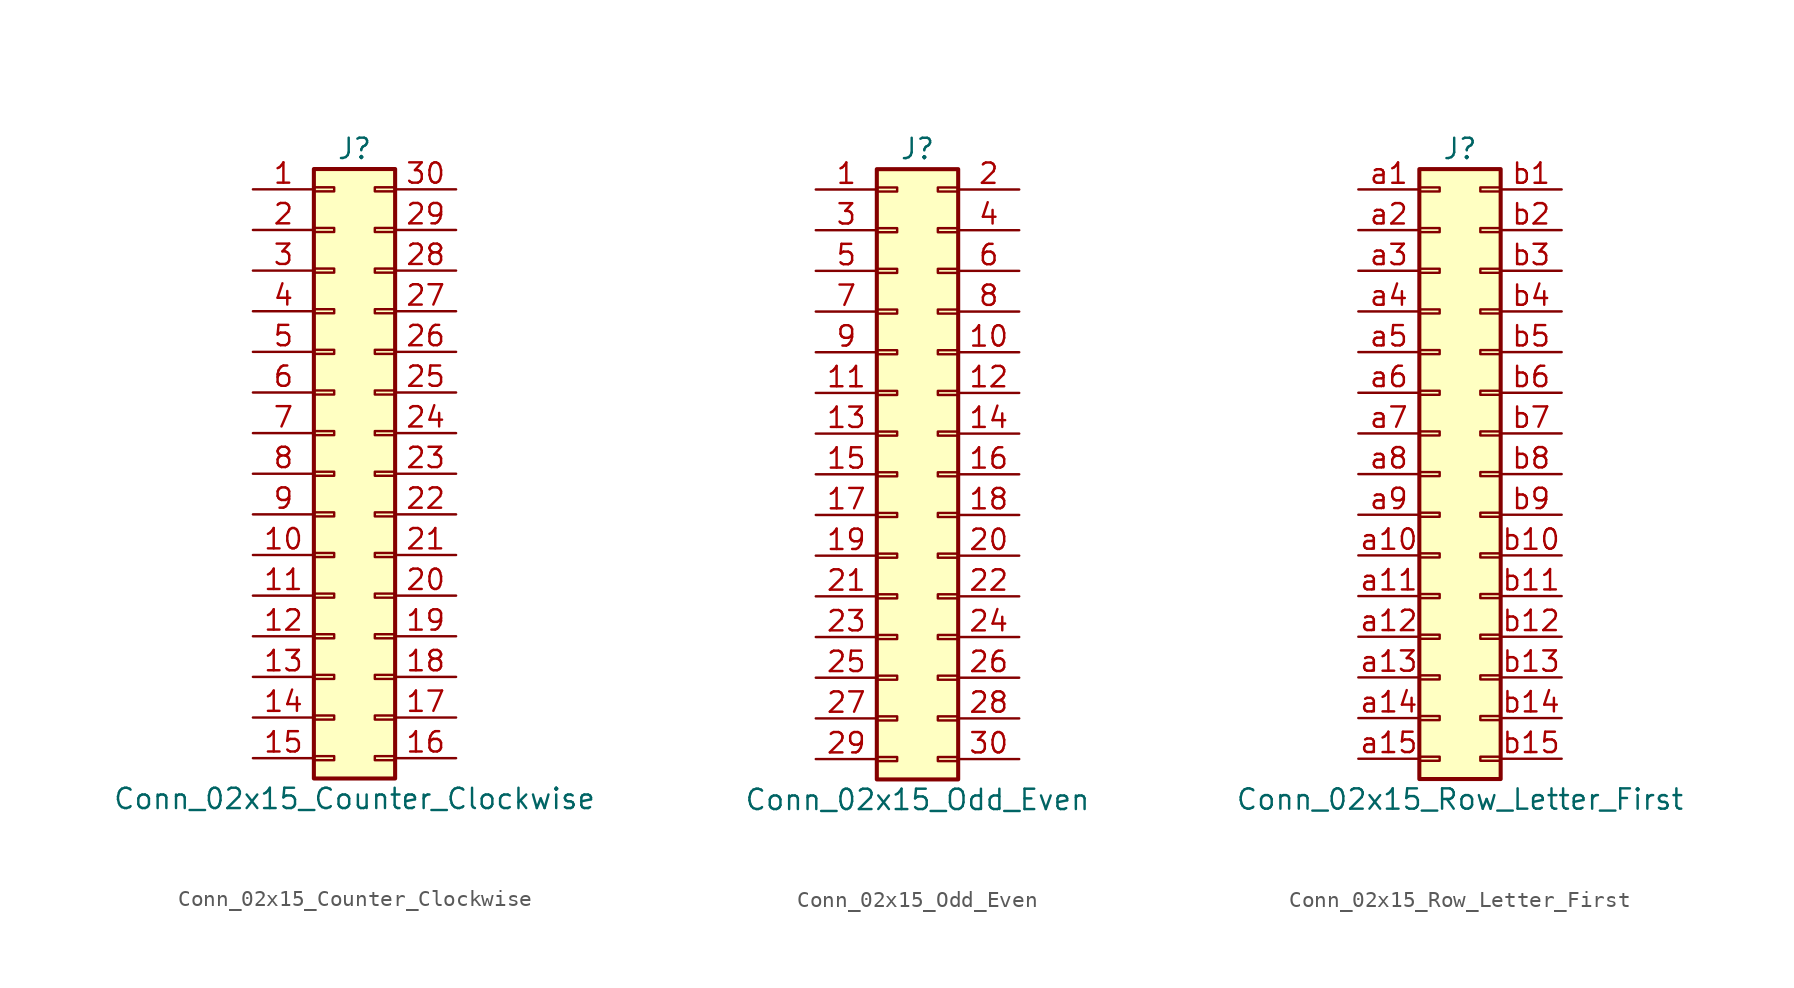
<source format=kicad_sym>
(kicad_symbol_lib
  (version 20201005)
  (generator kicad_symbol_editor)
  (symbol "Connector_Generic:Conn_02x15_Counter_Clockwise"
    (pin_names
      (offset 1.016) hide)
    (property "Reference" "J"
      (at 1.27 20.32 0)
      (effects (font (size 1.27 1.27))))
    (property "Value" "Conn_02x15_Counter_Clockwise"
      (at 1.27 -20.32 0)
      (effects (font (size 1.27 1.27))))
    (symbol "Conn_02x15_Counter_Clockwise_1_1"
      (rectangle (start -1.27 -4.953) (end 0 -5.207) (stroke (width 0.152)) (fill (type none)))
      (rectangle (start -1.27 -7.493) (end 0 -7.747) (stroke (width 0.152)) (fill (type none)))
      (rectangle (start -1.27 -10.033) (end 0 -10.287) (stroke (width 0.152)) (fill (type none)))
      (rectangle (start -1.27 -12.573) (end 0 -12.827) (stroke (width 0.152)) (fill (type none)))
      (rectangle (start -1.27 -15.113) (end 0 -15.367) (stroke (width 0.152)) (fill (type none)))
      (rectangle (start -1.27 -17.653) (end 0 -17.907) (stroke (width 0.152)) (fill (type none)))
      (rectangle (start -1.27 -2.413) (end 0 -2.667) (stroke (width 0.152)) (fill (type none)))
      (rectangle (start -1.27 2.667) (end 0 2.413) (stroke (width 0.152)) (fill (type none)))
      (rectangle (start -1.27 5.207) (end 0 4.953) (stroke (width 0.152)) (fill (type none)))
      (rectangle (start -1.27 7.747) (end 0 7.493) (stroke (width 0.152)) (fill (type none)))
      (rectangle (start -1.27 10.287) (end 0 10.033) (stroke (width 0.152)) (fill (type none)))
      (rectangle (start -1.27 0.127) (end 0 -0.127) (stroke (width 0.152)) (fill (type none)))
      (rectangle (start -1.27 12.827) (end 0 12.573) (stroke (width 0.152)) (fill (type none)))
      (rectangle (start -1.27 15.367) (end 0 15.113) (stroke (width 0.152)) (fill (type none)))
      (rectangle (start -1.27 17.907) (end 0 17.653) (stroke (width 0.152)) (fill (type none)))
      (rectangle (start -1.27 19.05) (end 3.81 -19.05) (stroke (width 0.254)) (fill (type background)))
      (rectangle (start 3.81 -4.953) (end 2.54 -5.207) (stroke (width 0.152)) (fill (type none)))
      (rectangle (start 3.81 -7.493) (end 2.54 -7.747) (stroke (width 0.152)) (fill (type none)))
      (rectangle (start 3.81 -10.033) (end 2.54 -10.287) (stroke (width 0.152)) (fill (type none)))
      (rectangle (start 3.81 -12.573) (end 2.54 -12.827) (stroke (width 0.152)) (fill (type none)))
      (rectangle (start 3.81 -15.113) (end 2.54 -15.367) (stroke (width 0.152)) (fill (type none)))
      (rectangle (start 3.81 -17.653) (end 2.54 -17.907) (stroke (width 0.152)) (fill (type none)))
      (rectangle (start 3.81 -2.413) (end 2.54 -2.667) (stroke (width 0.152)) (fill (type none)))
      (rectangle (start 3.81 2.667) (end 2.54 2.413) (stroke (width 0.152)) (fill (type none)))
      (rectangle (start 3.81 5.207) (end 2.54 4.953) (stroke (width 0.152)) (fill (type none)))
      (rectangle (start 3.81 7.747) (end 2.54 7.493) (stroke (width 0.152)) (fill (type none)))
      (rectangle (start 3.81 10.287) (end 2.54 10.033) (stroke (width 0.152)) (fill (type none)))
      (rectangle (start 3.81 0.127) (end 2.54 -0.127) (stroke (width 0.152)) (fill (type none)))
      (rectangle (start 3.81 12.827) (end 2.54 12.573) (stroke (width 0.152)) (fill (type none)))
      (rectangle (start 3.81 15.367) (end 2.54 15.113) (stroke (width 0.152)) (fill (type none)))
      (rectangle (start 3.81 17.907) (end 2.54 17.653) (stroke (width 0.152)) (fill (type none)))
      (pin passive line (at -5.08 17.78 0) (length 3.81) (name "Pin_1" (effects (font (size 1.27 1.27)))) (number "1" (effects (font (size 1.27 1.27)))))
      (pin passive line (at -5.08 -5.08 0) (length 3.81) (name "Pin_10" (effects (font (size 1.27 1.27)))) (number "10" (effects (font (size 1.27 1.27)))))
      (pin passive line (at -5.08 -7.62 0) (length 3.81) (name "Pin_11" (effects (font (size 1.27 1.27)))) (number "11" (effects (font (size 1.27 1.27)))))
      (pin passive line (at -5.08 -10.16 0) (length 3.81) (name "Pin_12" (effects (font (size 1.27 1.27)))) (number "12" (effects (font (size 1.27 1.27)))))
      (pin passive line (at -5.08 -12.7 0) (length 3.81) (name "Pin_13" (effects (font (size 1.27 1.27)))) (number "13" (effects (font (size 1.27 1.27)))))
      (pin passive line (at -5.08 -15.24 0) (length 3.81) (name "Pin_14" (effects (font (size 1.27 1.27)))) (number "14" (effects (font (size 1.27 1.27)))))
      (pin passive line (at -5.08 -17.78 0) (length 3.81) (name "Pin_15" (effects (font (size 1.27 1.27)))) (number "15" (effects (font (size 1.27 1.27)))))
      (pin passive line (at 7.62 -17.78 180) (length 3.81) (name "Pin_16" (effects (font (size 1.27 1.27)))) (number "16" (effects (font (size 1.27 1.27)))))
      (pin passive line (at 7.62 -15.24 180) (length 3.81) (name "Pin_17" (effects (font (size 1.27 1.27)))) (number "17" (effects (font (size 1.27 1.27)))))
      (pin passive line (at 7.62 -12.7 180) (length 3.81) (name "Pin_18" (effects (font (size 1.27 1.27)))) (number "18" (effects (font (size 1.27 1.27)))))
      (pin passive line (at 7.62 -10.16 180) (length 3.81) (name "Pin_19" (effects (font (size 1.27 1.27)))) (number "19" (effects (font (size 1.27 1.27)))))
      (pin passive line (at -5.08 15.24 0) (length 3.81) (name "Pin_2" (effects (font (size 1.27 1.27)))) (number "2" (effects (font (size 1.27 1.27)))))
      (pin passive line (at 7.62 -7.62 180) (length 3.81) (name "Pin_20" (effects (font (size 1.27 1.27)))) (number "20" (effects (font (size 1.27 1.27)))))
      (pin passive line (at 7.62 -5.08 180) (length 3.81) (name "Pin_21" (effects (font (size 1.27 1.27)))) (number "21" (effects (font (size 1.27 1.27)))))
      (pin passive line (at 7.62 -2.54 180) (length 3.81) (name "Pin_22" (effects (font (size 1.27 1.27)))) (number "22" (effects (font (size 1.27 1.27)))))
      (pin passive line (at 7.62 0 180) (length 3.81) (name "Pin_23" (effects (font (size 1.27 1.27)))) (number "23" (effects (font (size 1.27 1.27)))))
      (pin passive line (at 7.62 2.54 180) (length 3.81) (name "Pin_24" (effects (font (size 1.27 1.27)))) (number "24" (effects (font (size 1.27 1.27)))))
      (pin passive line (at 7.62 5.08 180) (length 3.81) (name "Pin_25" (effects (font (size 1.27 1.27)))) (number "25" (effects (font (size 1.27 1.27)))))
      (pin passive line (at 7.62 7.62 180) (length 3.81) (name "Pin_26" (effects (font (size 1.27 1.27)))) (number "26" (effects (font (size 1.27 1.27)))))
      (pin passive line (at 7.62 10.16 180) (length 3.81) (name "Pin_27" (effects (font (size 1.27 1.27)))) (number "27" (effects (font (size 1.27 1.27)))))
      (pin passive line (at 7.62 12.7 180) (length 3.81) (name "Pin_28" (effects (font (size 1.27 1.27)))) (number "28" (effects (font (size 1.27 1.27)))))
      (pin passive line (at 7.62 15.24 180) (length 3.81) (name "Pin_29" (effects (font (size 1.27 1.27)))) (number "29" (effects (font (size 1.27 1.27)))))
      (pin passive line (at -5.08 12.7 0) (length 3.81) (name "Pin_3" (effects (font (size 1.27 1.27)))) (number "3" (effects (font (size 1.27 1.27)))))
      (pin passive line (at 7.62 17.78 180) (length 3.81) (name "Pin_30" (effects (font (size 1.27 1.27)))) (number "30" (effects (font (size 1.27 1.27)))))
      (pin passive line (at -5.08 10.16 0) (length 3.81) (name "Pin_4" (effects (font (size 1.27 1.27)))) (number "4" (effects (font (size 1.27 1.27)))))
      (pin passive line (at -5.08 7.62 0) (length 3.81) (name "Pin_5" (effects (font (size 1.27 1.27)))) (number "5" (effects (font (size 1.27 1.27)))))
      (pin passive line (at -5.08 5.08 0) (length 3.81) (name "Pin_6" (effects (font (size 1.27 1.27)))) (number "6" (effects (font (size 1.27 1.27)))))
      (pin passive line (at -5.08 2.54 0) (length 3.81) (name "Pin_7" (effects (font (size 1.27 1.27)))) (number "7" (effects (font (size 1.27 1.27)))))
      (pin passive line (at -5.08 0 0) (length 3.81) (name "Pin_8" (effects (font (size 1.27 1.27)))) (number "8" (effects (font (size 1.27 1.27)))))
      (pin passive line (at -5.08 -2.54 0) (length 3.81) (name "Pin_9" (effects (font (size 1.27 1.27)))) (number "9" (effects (font (size 1.27 1.27)))))))
  (symbol "Connector_Generic:Conn_02x15_Odd_Even"
    (pin_names
      (offset 1.016) hide)
    (property "Reference" "J"
      (at 1.27 20.32 0)
      (effects (font (size 1.27 1.27))))
    (property "Value" "Conn_02x15_Odd_Even"
      (at 1.27 -20.32 0)
      (effects (font (size 1.27 1.27))))
    (symbol "Conn_02x15_Odd_Even_1_1"
      (rectangle (start -1.27 -4.953) (end 0 -5.207) (stroke (width 0.152)) (fill (type none)))
      (rectangle (start -1.27 -7.493) (end 0 -7.747) (stroke (width 0.152)) (fill (type none)))
      (rectangle (start -1.27 -10.033) (end 0 -10.287) (stroke (width 0.152)) (fill (type none)))
      (rectangle (start -1.27 -12.573) (end 0 -12.827) (stroke (width 0.152)) (fill (type none)))
      (rectangle (start -1.27 -15.113) (end 0 -15.367) (stroke (width 0.152)) (fill (type none)))
      (rectangle (start -1.27 -17.653) (end 0 -17.907) (stroke (width 0.152)) (fill (type none)))
      (rectangle (start -1.27 -2.413) (end 0 -2.667) (stroke (width 0.152)) (fill (type none)))
      (rectangle (start -1.27 2.667) (end 0 2.413) (stroke (width 0.152)) (fill (type none)))
      (rectangle (start -1.27 5.207) (end 0 4.953) (stroke (width 0.152)) (fill (type none)))
      (rectangle (start -1.27 7.747) (end 0 7.493) (stroke (width 0.152)) (fill (type none)))
      (rectangle (start -1.27 10.287) (end 0 10.033) (stroke (width 0.152)) (fill (type none)))
      (rectangle (start -1.27 0.127) (end 0 -0.127) (stroke (width 0.152)) (fill (type none)))
      (rectangle (start -1.27 12.827) (end 0 12.573) (stroke (width 0.152)) (fill (type none)))
      (rectangle (start -1.27 15.367) (end 0 15.113) (stroke (width 0.152)) (fill (type none)))
      (rectangle (start -1.27 17.907) (end 0 17.653) (stroke (width 0.152)) (fill (type none)))
      (rectangle (start -1.27 19.05) (end 3.81 -19.05) (stroke (width 0.254)) (fill (type background)))
      (rectangle (start 3.81 -4.953) (end 2.54 -5.207) (stroke (width 0.152)) (fill (type none)))
      (rectangle (start 3.81 -7.493) (end 2.54 -7.747) (stroke (width 0.152)) (fill (type none)))
      (rectangle (start 3.81 -10.033) (end 2.54 -10.287) (stroke (width 0.152)) (fill (type none)))
      (rectangle (start 3.81 -12.573) (end 2.54 -12.827) (stroke (width 0.152)) (fill (type none)))
      (rectangle (start 3.81 -15.113) (end 2.54 -15.367) (stroke (width 0.152)) (fill (type none)))
      (rectangle (start 3.81 -17.653) (end 2.54 -17.907) (stroke (width 0.152)) (fill (type none)))
      (rectangle (start 3.81 -2.413) (end 2.54 -2.667) (stroke (width 0.152)) (fill (type none)))
      (rectangle (start 3.81 2.667) (end 2.54 2.413) (stroke (width 0.152)) (fill (type none)))
      (rectangle (start 3.81 5.207) (end 2.54 4.953) (stroke (width 0.152)) (fill (type none)))
      (rectangle (start 3.81 7.747) (end 2.54 7.493) (stroke (width 0.152)) (fill (type none)))
      (rectangle (start 3.81 10.287) (end 2.54 10.033) (stroke (width 0.152)) (fill (type none)))
      (rectangle (start 3.81 0.127) (end 2.54 -0.127) (stroke (width 0.152)) (fill (type none)))
      (rectangle (start 3.81 12.827) (end 2.54 12.573) (stroke (width 0.152)) (fill (type none)))
      (rectangle (start 3.81 15.367) (end 2.54 15.113) (stroke (width 0.152)) (fill (type none)))
      (rectangle (start 3.81 17.907) (end 2.54 17.653) (stroke (width 0.152)) (fill (type none)))
      (pin passive line (at -5.08 17.78 0) (length 3.81) (name "Pin_1" (effects (font (size 1.27 1.27)))) (number "1" (effects (font (size 1.27 1.27)))))
      (pin passive line (at 7.62 7.62 180) (length 3.81) (name "Pin_10" (effects (font (size 1.27 1.27)))) (number "10" (effects (font (size 1.27 1.27)))))
      (pin passive line (at -5.08 5.08 0) (length 3.81) (name "Pin_11" (effects (font (size 1.27 1.27)))) (number "11" (effects (font (size 1.27 1.27)))))
      (pin passive line (at 7.62 5.08 180) (length 3.81) (name "Pin_12" (effects (font (size 1.27 1.27)))) (number "12" (effects (font (size 1.27 1.27)))))
      (pin passive line (at -5.08 2.54 0) (length 3.81) (name "Pin_13" (effects (font (size 1.27 1.27)))) (number "13" (effects (font (size 1.27 1.27)))))
      (pin passive line (at 7.62 2.54 180) (length 3.81) (name "Pin_14" (effects (font (size 1.27 1.27)))) (number "14" (effects (font (size 1.27 1.27)))))
      (pin passive line (at -5.08 0 0) (length 3.81) (name "Pin_15" (effects (font (size 1.27 1.27)))) (number "15" (effects (font (size 1.27 1.27)))))
      (pin passive line (at 7.62 0 180) (length 3.81) (name "Pin_16" (effects (font (size 1.27 1.27)))) (number "16" (effects (font (size 1.27 1.27)))))
      (pin passive line (at -5.08 -2.54 0) (length 3.81) (name "Pin_17" (effects (font (size 1.27 1.27)))) (number "17" (effects (font (size 1.27 1.27)))))
      (pin passive line (at 7.62 -2.54 180) (length 3.81) (name "Pin_18" (effects (font (size 1.27 1.27)))) (number "18" (effects (font (size 1.27 1.27)))))
      (pin passive line (at -5.08 -5.08 0) (length 3.81) (name "Pin_19" (effects (font (size 1.27 1.27)))) (number "19" (effects (font (size 1.27 1.27)))))
      (pin passive line (at 7.62 17.78 180) (length 3.81) (name "Pin_2" (effects (font (size 1.27 1.27)))) (number "2" (effects (font (size 1.27 1.27)))))
      (pin passive line (at 7.62 -5.08 180) (length 3.81) (name "Pin_20" (effects (font (size 1.27 1.27)))) (number "20" (effects (font (size 1.27 1.27)))))
      (pin passive line (at -5.08 -7.62 0) (length 3.81) (name "Pin_21" (effects (font (size 1.27 1.27)))) (number "21" (effects (font (size 1.27 1.27)))))
      (pin passive line (at 7.62 -7.62 180) (length 3.81) (name "Pin_22" (effects (font (size 1.27 1.27)))) (number "22" (effects (font (size 1.27 1.27)))))
      (pin passive line (at -5.08 -10.16 0) (length 3.81) (name "Pin_23" (effects (font (size 1.27 1.27)))) (number "23" (effects (font (size 1.27 1.27)))))
      (pin passive line (at 7.62 -10.16 180) (length 3.81) (name "Pin_24" (effects (font (size 1.27 1.27)))) (number "24" (effects (font (size 1.27 1.27)))))
      (pin passive line (at -5.08 -12.7 0) (length 3.81) (name "Pin_25" (effects (font (size 1.27 1.27)))) (number "25" (effects (font (size 1.27 1.27)))))
      (pin passive line (at 7.62 -12.7 180) (length 3.81) (name "Pin_26" (effects (font (size 1.27 1.27)))) (number "26" (effects (font (size 1.27 1.27)))))
      (pin passive line (at -5.08 -15.24 0) (length 3.81) (name "Pin_27" (effects (font (size 1.27 1.27)))) (number "27" (effects (font (size 1.27 1.27)))))
      (pin passive line (at 7.62 -15.24 180) (length 3.81) (name "Pin_28" (effects (font (size 1.27 1.27)))) (number "28" (effects (font (size 1.27 1.27)))))
      (pin passive line (at -5.08 -17.78 0) (length 3.81) (name "Pin_29" (effects (font (size 1.27 1.27)))) (number "29" (effects (font (size 1.27 1.27)))))
      (pin passive line (at -5.08 15.24 0) (length 3.81) (name "Pin_3" (effects (font (size 1.27 1.27)))) (number "3" (effects (font (size 1.27 1.27)))))
      (pin passive line (at 7.62 -17.78 180) (length 3.81) (name "Pin_30" (effects (font (size 1.27 1.27)))) (number "30" (effects (font (size 1.27 1.27)))))
      (pin passive line (at 7.62 15.24 180) (length 3.81) (name "Pin_4" (effects (font (size 1.27 1.27)))) (number "4" (effects (font (size 1.27 1.27)))))
      (pin passive line (at -5.08 12.7 0) (length 3.81) (name "Pin_5" (effects (font (size 1.27 1.27)))) (number "5" (effects (font (size 1.27 1.27)))))
      (pin passive line (at 7.62 12.7 180) (length 3.81) (name "Pin_6" (effects (font (size 1.27 1.27)))) (number "6" (effects (font (size 1.27 1.27)))))
      (pin passive line (at -5.08 10.16 0) (length 3.81) (name "Pin_7" (effects (font (size 1.27 1.27)))) (number "7" (effects (font (size 1.27 1.27)))))
      (pin passive line (at 7.62 10.16 180) (length 3.81) (name "Pin_8" (effects (font (size 1.27 1.27)))) (number "8" (effects (font (size 1.27 1.27)))))
      (pin passive line (at -5.08 7.62 0) (length 3.81) (name "Pin_9" (effects (font (size 1.27 1.27)))) (number "9" (effects (font (size 1.27 1.27)))))))
  (symbol "Connector_Generic:Conn_02x15_Row_Letter_First"
    (pin_names
      (offset 1.016) hide)
    (property "Reference" "J"
      (at 1.27 20.32 0)
      (effects (font (size 1.27 1.27))))
    (property "Value" "Conn_02x15_Row_Letter_First"
      (at 1.27 -20.32 0)
      (effects (font (size 1.27 1.27))))
    (symbol "Conn_02x15_Row_Letter_First_1_1"
      (rectangle (start -1.27 -4.953) (end 0 -5.207) (stroke (width 0.152)) (fill (type none)))
      (rectangle (start -1.27 -7.493) (end 0 -7.747) (stroke (width 0.152)) (fill (type none)))
      (rectangle (start -1.27 -10.033) (end 0 -10.287) (stroke (width 0.152)) (fill (type none)))
      (rectangle (start -1.27 -12.573) (end 0 -12.827) (stroke (width 0.152)) (fill (type none)))
      (rectangle (start -1.27 -15.113) (end 0 -15.367) (stroke (width 0.152)) (fill (type none)))
      (rectangle (start -1.27 -17.653) (end 0 -17.907) (stroke (width 0.152)) (fill (type none)))
      (rectangle (start -1.27 -2.413) (end 0 -2.667) (stroke (width 0.152)) (fill (type none)))
      (rectangle (start -1.27 2.667) (end 0 2.413) (stroke (width 0.152)) (fill (type none)))
      (rectangle (start -1.27 5.207) (end 0 4.953) (stroke (width 0.152)) (fill (type none)))
      (rectangle (start -1.27 7.747) (end 0 7.493) (stroke (width 0.152)) (fill (type none)))
      (rectangle (start -1.27 10.287) (end 0 10.033) (stroke (width 0.152)) (fill (type none)))
      (rectangle (start -1.27 0.127) (end 0 -0.127) (stroke (width 0.152)) (fill (type none)))
      (rectangle (start -1.27 12.827) (end 0 12.573) (stroke (width 0.152)) (fill (type none)))
      (rectangle (start -1.27 15.367) (end 0 15.113) (stroke (width 0.152)) (fill (type none)))
      (rectangle (start -1.27 17.907) (end 0 17.653) (stroke (width 0.152)) (fill (type none)))
      (rectangle (start -1.27 19.05) (end 3.81 -19.05) (stroke (width 0.254)) (fill (type background)))
      (rectangle (start 3.81 -4.953) (end 2.54 -5.207) (stroke (width 0.152)) (fill (type none)))
      (rectangle (start 3.81 -7.493) (end 2.54 -7.747) (stroke (width 0.152)) (fill (type none)))
      (rectangle (start 3.81 -10.033) (end 2.54 -10.287) (stroke (width 0.152)) (fill (type none)))
      (rectangle (start 3.81 -12.573) (end 2.54 -12.827) (stroke (width 0.152)) (fill (type none)))
      (rectangle (start 3.81 -15.113) (end 2.54 -15.367) (stroke (width 0.152)) (fill (type none)))
      (rectangle (start 3.81 -17.653) (end 2.54 -17.907) (stroke (width 0.152)) (fill (type none)))
      (rectangle (start 3.81 -2.413) (end 2.54 -2.667) (stroke (width 0.152)) (fill (type none)))
      (rectangle (start 3.81 2.667) (end 2.54 2.413) (stroke (width 0.152)) (fill (type none)))
      (rectangle (start 3.81 5.207) (end 2.54 4.953) (stroke (width 0.152)) (fill (type none)))
      (rectangle (start 3.81 7.747) (end 2.54 7.493) (stroke (width 0.152)) (fill (type none)))
      (rectangle (start 3.81 10.287) (end 2.54 10.033) (stroke (width 0.152)) (fill (type none)))
      (rectangle (start 3.81 0.127) (end 2.54 -0.127) (stroke (width 0.152)) (fill (type none)))
      (rectangle (start 3.81 12.827) (end 2.54 12.573) (stroke (width 0.152)) (fill (type none)))
      (rectangle (start 3.81 15.367) (end 2.54 15.113) (stroke (width 0.152)) (fill (type none)))
      (rectangle (start 3.81 17.907) (end 2.54 17.653) (stroke (width 0.152)) (fill (type none)))
      (pin passive line (at -5.08 17.78 0) (length 3.81) (name "Pin_a1" (effects (font (size 1.27 1.27)))) (number "a1" (effects (font (size 1.27 1.27)))))
      (pin passive line (at -5.08 -5.08 0) (length 3.81) (name "Pin_a10" (effects (font (size 1.27 1.27)))) (number "a10" (effects (font (size 1.27 1.27)))))
      (pin passive line (at -5.08 -7.62 0) (length 3.81) (name "Pin_a11" (effects (font (size 1.27 1.27)))) (number "a11" (effects (font (size 1.27 1.27)))))
      (pin passive line (at -5.08 -10.16 0) (length 3.81) (name "Pin_a12" (effects (font (size 1.27 1.27)))) (number "a12" (effects (font (size 1.27 1.27)))))
      (pin passive line (at -5.08 -12.7 0) (length 3.81) (name "Pin_a13" (effects (font (size 1.27 1.27)))) (number "a13" (effects (font (size 1.27 1.27)))))
      (pin passive line (at -5.08 -15.24 0) (length 3.81) (name "Pin_a14" (effects (font (size 1.27 1.27)))) (number "a14" (effects (font (size 1.27 1.27)))))
      (pin passive line (at -5.08 -17.78 0) (length 3.81) (name "Pin_a15" (effects (font (size 1.27 1.27)))) (number "a15" (effects (font (size 1.27 1.27)))))
      (pin passive line (at -5.08 15.24 0) (length 3.81) (name "Pin_a2" (effects (font (size 1.27 1.27)))) (number "a2" (effects (font (size 1.27 1.27)))))
      (pin passive line (at -5.08 12.7 0) (length 3.81) (name "Pin_a3" (effects (font (size 1.27 1.27)))) (number "a3" (effects (font (size 1.27 1.27)))))
      (pin passive line (at -5.08 10.16 0) (length 3.81) (name "Pin_a4" (effects (font (size 1.27 1.27)))) (number "a4" (effects (font (size 1.27 1.27)))))
      (pin passive line (at -5.08 7.62 0) (length 3.81) (name "Pin_a5" (effects (font (size 1.27 1.27)))) (number "a5" (effects (font (size 1.27 1.27)))))
      (pin passive line (at -5.08 5.08 0) (length 3.81) (name "Pin_a6" (effects (font (size 1.27 1.27)))) (number "a6" (effects (font (size 1.27 1.27)))))
      (pin passive line (at -5.08 2.54 0) (length 3.81) (name "Pin_a7" (effects (font (size 1.27 1.27)))) (number "a7" (effects (font (size 1.27 1.27)))))
      (pin passive line (at -5.08 0 0) (length 3.81) (name "Pin_a8" (effects (font (size 1.27 1.27)))) (number "a8" (effects (font (size 1.27 1.27)))))
      (pin passive line (at -5.08 -2.54 0) (length 3.81) (name "Pin_a9" (effects (font (size 1.27 1.27)))) (number "a9" (effects (font (size 1.27 1.27)))))
      (pin passive line (at 7.62 17.78 180) (length 3.81) (name "Pin_b1" (effects (font (size 1.27 1.27)))) (number "b1" (effects (font (size 1.27 1.27)))))
      (pin passive line (at 7.62 -5.08 180) (length 3.81) (name "Pin_b10" (effects (font (size 1.27 1.27)))) (number "b10" (effects (font (size 1.27 1.27)))))
      (pin passive line (at 7.62 -7.62 180) (length 3.81) (name "Pin_b11" (effects (font (size 1.27 1.27)))) (number "b11" (effects (font (size 1.27 1.27)))))
      (pin passive line (at 7.62 -10.16 180) (length 3.81) (name "Pin_b12" (effects (font (size 1.27 1.27)))) (number "b12" (effects (font (size 1.27 1.27)))))
      (pin passive line (at 7.62 -12.7 180) (length 3.81) (name "Pin_b13" (effects (font (size 1.27 1.27)))) (number "b13" (effects (font (size 1.27 1.27)))))
      (pin passive line (at 7.62 -15.24 180) (length 3.81) (name "Pin_b14" (effects (font (size 1.27 1.27)))) (number "b14" (effects (font (size 1.27 1.27)))))
      (pin passive line (at 7.62 -17.78 180) (length 3.81) (name "Pin_b15" (effects (font (size 1.27 1.27)))) (number "b15" (effects (font (size 1.27 1.27)))))
      (pin passive line (at 7.62 15.24 180) (length 3.81) (name "Pin_b2" (effects (font (size 1.27 1.27)))) (number "b2" (effects (font (size 1.27 1.27)))))
      (pin passive line (at 7.62 12.7 180) (length 3.81) (name "Pin_b3" (effects (font (size 1.27 1.27)))) (number "b3" (effects (font (size 1.27 1.27)))))
      (pin passive line (at 7.62 10.16 180) (length 3.81) (name "Pin_b4" (effects (font (size 1.27 1.27)))) (number "b4" (effects (font (size 1.27 1.27)))))
      (pin passive line (at 7.62 7.62 180) (length 3.81) (name "Pin_b5" (effects (font (size 1.27 1.27)))) (number "b5" (effects (font (size 1.27 1.27)))))
      (pin passive line (at 7.62 5.08 180) (length 3.81) (name "Pin_b6" (effects (font (size 1.27 1.27)))) (number "b6" (effects (font (size 1.27 1.27)))))
      (pin passive line (at 7.62 2.54 180) (length 3.81) (name "Pin_b7" (effects (font (size 1.27 1.27)))) (number "b7" (effects (font (size 1.27 1.27)))))
      (pin passive line (at 7.62 0 180) (length 3.81) (name "Pin_b8" (effects (font (size 1.27 1.27)))) (number "b8" (effects (font (size 1.27 1.27)))))
      (pin passive line (at 7.62 -2.54 180) (length 3.81) (name "Pin_b9" (effects (font (size 1.27 1.27)))) (number "b9" (effects (font (size 1.27 1.27))))))))
</source>
